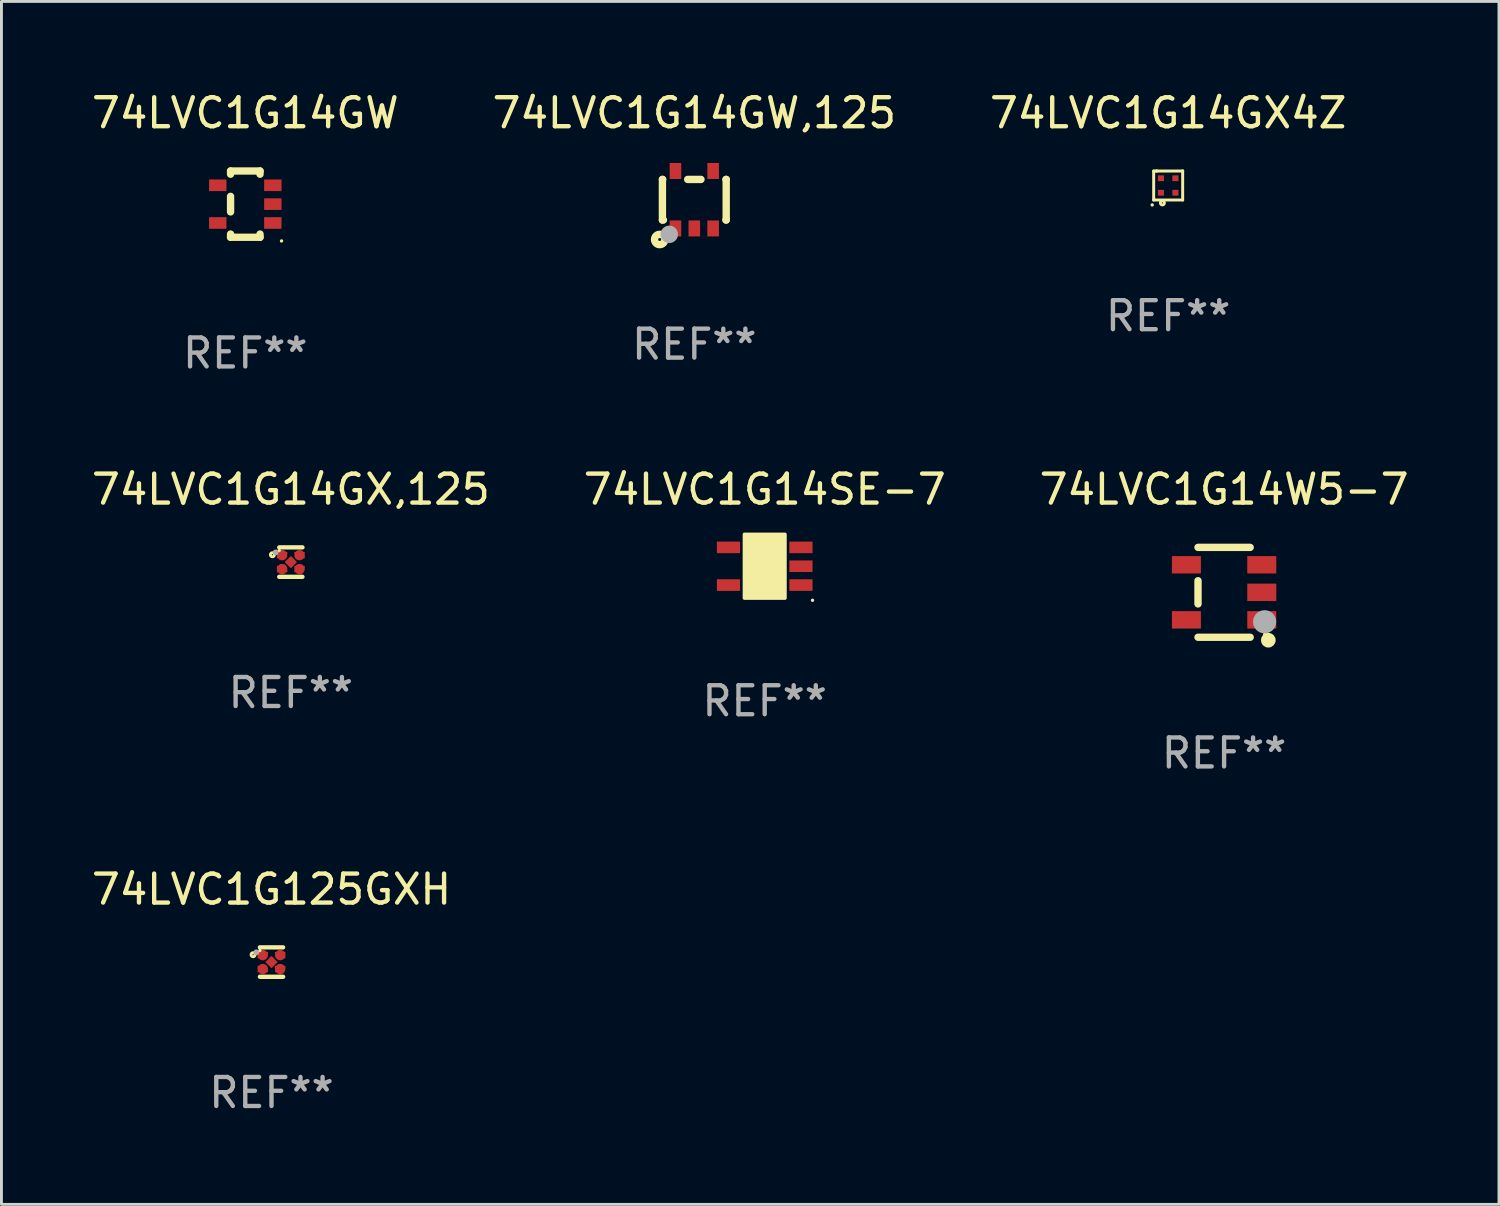
<source format=kicad_pcb>
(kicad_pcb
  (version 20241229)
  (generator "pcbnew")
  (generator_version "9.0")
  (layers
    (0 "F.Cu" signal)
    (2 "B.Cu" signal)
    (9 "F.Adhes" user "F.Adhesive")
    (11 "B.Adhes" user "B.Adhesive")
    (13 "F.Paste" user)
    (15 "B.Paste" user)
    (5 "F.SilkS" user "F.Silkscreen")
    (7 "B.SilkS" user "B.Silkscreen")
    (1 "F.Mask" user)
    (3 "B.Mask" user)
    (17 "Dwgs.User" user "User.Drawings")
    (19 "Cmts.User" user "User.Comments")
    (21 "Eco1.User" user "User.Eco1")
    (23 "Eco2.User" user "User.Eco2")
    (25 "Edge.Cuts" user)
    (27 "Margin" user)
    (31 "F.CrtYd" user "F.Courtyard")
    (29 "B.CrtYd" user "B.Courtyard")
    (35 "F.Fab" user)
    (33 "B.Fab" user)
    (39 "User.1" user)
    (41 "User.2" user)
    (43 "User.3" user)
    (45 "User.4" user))
  (footprint "74LVC1G14GX,125"
    (layer "F.Cu")
    (at 6.982 16.339)
    (property "Reference" "74LVC1G14GX,125" (at 0 -2.508 0) (layer "F.SilkS") (effects (font (size 1 1) (thickness 0.15))))
    (attr through_hole)
    (fp_line (start 0.4 -0.508) (end -0.4 -0.508) (stroke (width 0.15) (type solid)) (layer "F.SilkS"))
    (fp_line (start 0.4 0.508) (end -0.4 0.508) (stroke (width 0.15) (type solid)) (layer "F.SilkS"))
    (fp_circle (center -0.635 -0.254) (end -0.615 -0.254) (stroke (width 0.1) (type solid)) (fill no) (layer "F.SilkS"))
    (fp_circle (center -0.401 -0.4) (end -0.371 -0.4) (stroke (width 0.06) (type solid)) (fill no) (layer "F.SilkS"))
    (fp_circle (center -0.523 -0.337) (end -0.473 -0.337) (stroke (width 0.1) (type solid)) (fill no) (layer "F.Fab"))
    (fp_text user "REF**" (at 0 4.508 0) (layer "F.Fab") (effects (font (size 1 1) (thickness 0.15))))
    (pad "1" smd custom (at -0.3 -0.24) (size 0.36 0.22) (layers "F.Cu" "F.Mask" "F.Paste") (options (anchor circle)) (primitives (gr_poly (pts (xy -0.18 -0.11) (xy -0.18 0.11) (xy 0.000127 0.11) (xy 0.18 -0.03) (xy 0.18 -0.11) (xy -0.18 -0.11)) (width 0) (fill yes))))
    (pad "2" smd custom (at -0.3 0.24) (size 0.36 0.22) (layers "F.Cu" "F.Mask" "F.Paste") (options (anchor circle)) (primitives (gr_poly (pts (xy -0.18 0.11) (xy -0.18 -0.11) (xy 0.000127 -0.11) (xy 0.18 0.03) (xy 0.18 0.11) (xy -0.18 0.11)) (width 0) (fill yes))))
    (pad "3" smd rect (at 0.000102 -0.000127 45) (size 0.3 0.3) (layers "F.Cu" "F.Mask" "F.Paste"))
    (pad "4" smd custom (at 0.3 0.24 180) (size 0.36 0.22) (layers "F.Cu" "F.Mask" "F.Paste") (options (anchor circle)) (primitives (gr_poly (pts (xy 0.18 0.11) (xy 0.18 -0.11) (xy -0.000178 -0.11) (xy -0.18 0.03) (xy -0.18 0.11) (xy 0.18 0.11)) (width 0) (fill yes))))
    (pad "5" smd custom (at 0.3 -0.24) (size 0.36 0.22) (layers "F.Cu" "F.Mask" "F.Paste") (options (anchor circle)) (primitives (gr_poly (pts (xy 0.18 -0.11) (xy 0.18 0.11) (xy -0.000152 0.11) (xy -0.18 -0.03) (xy -0.18 -0.11) (xy 0.18 -0.11)) (width 0) (fill yes)))))
  (footprint "74LVC1G125GXH"
    (layer "F.Cu")
    (at 6.315 30.135)
    (property "Reference" "74LVC1G125GXH" (at 0 -2.508 0) (layer "F.SilkS") (effects (font (size 1 1) (thickness 0.15))))
    (attr through_hole)
    (fp_line (start 0.4 -0.508) (end -0.4 -0.508) (stroke (width 0.15) (type solid)) (layer "F.SilkS"))
    (fp_line (start 0.4 0.508) (end -0.4 0.508) (stroke (width 0.15) (type solid)) (layer "F.SilkS"))
    (fp_circle (center -0.635 -0.254) (end -0.615 -0.254) (stroke (width 0.1) (type solid)) (fill no) (layer "F.SilkS"))
    (fp_circle (center -0.401 -0.4) (end -0.371 -0.4) (stroke (width 0.06) (type solid)) (fill no) (layer "F.SilkS"))
    (fp_circle (center -0.523 -0.337) (end -0.473 -0.337) (stroke (width 0.1) (type solid)) (fill no) (layer "F.Fab"))
    (fp_text user "REF**" (at 0 4.508 0) (layer "F.Fab") (effects (font (size 1 1) (thickness 0.15))))
    (pad "1" smd custom (at -0.3 -0.24) (size 0.36 0.22) (layers "F.Cu" "F.Mask" "F.Paste") (options (anchor circle)) (primitives (gr_poly (pts (xy -0.18 -0.11) (xy -0.18 0.11) (xy 0.000127 0.11) (xy 0.18 -0.03) (xy 0.18 -0.11) (xy -0.18 -0.11)) (width 0) (fill yes))))
    (pad "2" smd custom (at -0.3 0.24) (size 0.36 0.22) (layers "F.Cu" "F.Mask" "F.Paste") (options (anchor circle)) (primitives (gr_poly (pts (xy -0.18 0.11) (xy -0.18 -0.11) (xy 0.000127 -0.11) (xy 0.18 0.03) (xy 0.18 0.11) (xy -0.18 0.11)) (width 0) (fill yes))))
    (pad "3" smd rect (at 0.000102 -0.000127 45) (size 0.3 0.3) (layers "F.Cu" "F.Mask" "F.Paste"))
    (pad "4" smd custom (at 0.3 0.24 180) (size 0.36 0.22) (layers "F.Cu" "F.Mask" "F.Paste") (options (anchor circle)) (primitives (gr_poly (pts (xy 0.18 0.11) (xy 0.18 -0.11) (xy -0.000178 -0.11) (xy -0.18 0.03) (xy -0.18 0.11) (xy 0.18 0.11)) (width 0) (fill yes))))
    (pad "5" smd custom (at 0.3 -0.24) (size 0.36 0.22) (layers "F.Cu" "F.Mask" "F.Paste") (options (anchor circle)) (primitives (gr_poly (pts (xy 0.18 -0.11) (xy 0.18 0.11) (xy -0.000152 0.11) (xy -0.18 -0.03) (xy -0.18 -0.11) (xy 0.18 -0.11)) (width 0) (fill yes)))))
  (footprint "74LVC1G14GW,125"
    (layer "F.Cu")
    (at 20.899 3.839)
    (property "Reference" "74LVC1G14GW,125" (at 0 -2.991 0) (layer "F.SilkS") (effects (font (size 1 1) (thickness 0.15))))
    (attr through_hole)
    (fp_line (start -1.1 -0.7) (end -1.1 0.7) (stroke (width 0.254) (type solid)) (layer "F.SilkS"))
    (fp_line (start -1.1 -0.7) (end -1.09 -0.7) (stroke (width 0.254) (type solid)) (layer "F.SilkS"))
    (fp_line (start -1.1 0.7) (end -1.065 0.7) (stroke (width 0.254) (type solid)) (layer "F.SilkS"))
    (fp_line (start -0.23 -0.7) (end 0.23 -0.7) (stroke (width 0.254) (type solid)) (layer "F.SilkS"))
    (fp_line (start 1.09 -0.7) (end 1.1 -0.7) (stroke (width 0.254) (type solid)) (layer "F.SilkS"))
    (fp_line (start 1.09 0.7) (end 1.1 0.7) (stroke (width 0.254) (type solid)) (layer "F.SilkS"))
    (fp_line (start 1.1 -0.7) (end 1.1 0.7) (stroke (width 0.254) (type solid)) (layer "F.SilkS"))
    (fp_circle (center -1.194 1.372) (end -1.143 1.372) (stroke (width 0.254) (type solid)) (fill no) (layer "F.SilkS"))
    (fp_circle (center -1.05 1.063) (end -1.02 1.063) (stroke (width 0.06) (type solid)) (fill no) (layer "F.SilkS"))
    (fp_circle (center -0.864 1.194) (end -0.713 1.194) (stroke (width 0.3) (type solid)) (fill no) (layer "F.Fab"))
    (fp_text user "REF**" (at 0 4.991 0) (layer "F.Fab") (effects (font (size 1 1) (thickness 0.15))))
    (pad "1" smd rect (at -0.65 0.991 180) (size 0.399 0.551) (layers "F.Cu" "F.Mask" "F.Paste"))
    (pad "2" smd rect (at 0 0.991 180) (size 0.399 0.551) (layers "F.Cu" "F.Mask" "F.Paste"))
    (pad "3" smd rect (at 0.65 0.991 180) (size 0.399 0.551) (layers "F.Cu" "F.Mask" "F.Paste"))
    (pad "4" smd rect (at 0.65 -0.991 180) (size 0.399 0.551) (layers "F.Cu" "F.Mask" "F.Paste"))
    (pad "5" smd rect (at -0.65 -0.991 180) (size 0.399 0.551) (layers "F.Cu" "F.Mask" "F.Paste")))
  (footprint "74LVC1G14GX4Z"
    (layer "F.Cu")
    (at 37.244 3.349)
    (property "Reference" "74LVC1G14GX4Z" (at 0 -2.5 0) (layer "F.SilkS") (effects (font (size 1 1) (thickness 0.15))))
    (attr through_hole)
    (fp_line (start -0.5 -0.5) (end -0.399 -0.5) (stroke (width 0.102) (type solid)) (layer "F.SilkS"))
    (fp_line (start -0.5 0.5) (end -0.5 -0.5) (stroke (width 0.102) (type solid)) (layer "F.SilkS"))
    (fp_line (start -0.399 -0.5) (end -0.399 -0.5) (stroke (width 0.102) (type solid)) (layer "F.SilkS"))
    (fp_line (start -0.399 -0.5) (end 0.5 -0.5) (stroke (width 0.102) (type solid)) (layer "F.SilkS"))
    (fp_line (start 0.5 -0.5) (end 0.5 -0.5) (stroke (width 0.102) (type solid)) (layer "F.SilkS"))
    (fp_line (start 0.5 -0.5) (end 0.5 0.5) (stroke (width 0.102) (type solid)) (layer "F.SilkS"))
    (fp_line (start 0.5 0.5) (end -0.5 0.5) (stroke (width 0.102) (type solid)) (layer "F.SilkS"))
    (fp_circle (center -0.551 0.67) (end -0.521 0.67) (stroke (width 0.06) (type solid)) (fill no) (layer "F.SilkS"))
    (fp_circle (center -0.2 0.6) (end -0.18 0.6) (stroke (width 0.1) (type solid)) (fill no) (layer "F.SilkS"))
    (fp_text user "REF**" (at 0 4.5 0) (layer "F.Fab") (effects (font (size 1 1) (thickness 0.15))))
    (pad "1" smd rect (at -0.25 0.25 90) (size 0.2 0.21) (layers "F.Cu" "F.Mask" "F.Paste"))
    (pad "2" smd rect (at 0.25 0.25 90) (size 0.2 0.21) (layers "F.Cu" "F.Mask" "F.Paste"))
    (pad "3" smd rect (at 0.25 -0.25 90) (size 0.2 0.21) (layers "F.Cu" "F.Mask" "F.Paste"))
    (pad "4" smd rect (at -0.25 -0.25 90) (size 0.2 0.21) (layers "F.Cu" "F.Mask" "F.Paste")))
  (footprint "74LVC1G14GW"
    (layer "F.Cu")
    (at 5.411 3.991)
    (property "Reference" "74LVC1G14GW" (at 0 -3.143 0) (layer "F.SilkS") (effects (font (size 1 1) (thickness 0.15))))
    (attr through_hole)
    (fp_line (start -0.508 -1.143) (end 0.508 -1.143) (stroke (width 0.254) (type solid)) (layer "F.SilkS"))
    (fp_line (start -0.508 -1.032) (end -0.508 -1.143) (stroke (width 0.254) (type solid)) (layer "F.SilkS"))
    (fp_line (start -0.508 0.268) (end -0.508 -0.268) (stroke (width 0.254) (type solid)) (layer "F.SilkS"))
    (fp_line (start -0.508 1.143) (end -0.508 1.032) (stroke (width 0.254) (type solid)) (layer "F.SilkS"))
    (fp_line (start 0.508 -1.143) (end 0.508 -1.032) (stroke (width 0.254) (type solid)) (layer "F.SilkS"))
    (fp_line (start 0.508 1.032) (end 0.508 1.143) (stroke (width 0.254) (type solid)) (layer "F.SilkS"))
    (fp_line (start 0.508 1.143) (end -0.508 1.143) (stroke (width 0.254) (type solid)) (layer "F.SilkS"))
    (fp_circle (center 1.25 1.27) (end 1.28 1.27) (stroke (width 0.06) (type solid)) (fill no) (layer "F.SilkS"))
    (fp_text user "REF**" (at 0 5.143 0) (layer "F.Fab") (effects (font (size 1 1) (thickness 0.15))))
    (pad "1" smd rect (at 0.95 0.65 270) (size 0.4 0.6) (layers "F.Cu" "F.Mask" "F.Paste"))
    (pad "2" smd rect (at 0.95 0 270) (size 0.4 0.6) (layers "F.Cu" "F.Mask" "F.Paste"))
    (pad "3" smd rect (at 0.95 -0.65 270) (size 0.4 0.6) (layers "F.Cu" "F.Mask" "F.Paste"))
    (pad "4" smd rect (at -0.95 -0.65 270) (size 0.4 0.6) (layers "F.Cu" "F.Mask" "F.Paste"))
    (pad "5" smd rect (at -0.95 0.65 270) (size 0.4 0.6) (layers "F.Cu" "F.Mask" "F.Paste")))
  (footprint "74LVC1G14SE-7"
    (layer "F.Cu")
    (at 23.327 16.481)
    (property "Reference" "74LVC1G14SE-7" (at 0 -2.65 0) (layer "F.SilkS") (effects (font (size 1 1) (thickness 0.15))))
    (attr through_hole)
    (fp_arc (start 0.381001 0.637541) (mid 0.380995 0.636271) (end 0.381001 0.635001) (stroke (width 0.24892) (type solid)) (layer "F.SilkS"))
    (fp_circle (center 1.65 1.175) (end 1.68 1.175) (stroke (width 0.06) (type solid)) (fill no) (layer "F.SilkS"))
    (fp_poly (pts (xy -0.7 -1.1) (xy 0.7 -1.1) (xy 0.7 1.1) (xy -0.7 1.1)) (stroke (width 0.12) (type solid)) (fill yes) (layer "F.SilkS"))
    (fp_text user "REF**" (at 0 4.65 0) (layer "F.Fab") (effects (font (size 1 1) (thickness 0.15))))
    (pad "1" smd rect (at 1.25 0.65 270) (size 0.4 0.8) (layers "F.Cu" "F.Mask" "F.Paste"))
    (pad "2" smd rect (at 1.25 0 270) (size 0.4 0.8) (layers "F.Cu" "F.Mask" "F.Paste"))
    (pad "3" smd rect (at 1.25 -0.65 270) (size 0.4 0.8) (layers "F.Cu" "F.Mask" "F.Paste"))
    (pad "4" smd rect (at -1.25 -0.65 270) (size 0.4 0.8) (layers "F.Cu" "F.Mask" "F.Paste"))
    (pad "5" smd rect (at -1.25 0.65 270) (size 0.4 0.8) (layers "F.Cu" "F.Mask" "F.Paste")))
  (footprint "74LVC1G14W5-7"
    (layer "F.Cu")
    (at 39.173 17.381)
    (property "Reference" "74LVC1G14W5-7" (at 0 -3.55 0) (layer "F.SilkS") (effects (font (size 1 1) (thickness 0.15))))
    (attr through_hole)
    (fp_line (start -0.9 -1.55) (end 0.9 -1.55) (stroke (width 0.254) (type solid)) (layer "F.SilkS"))
    (fp_line (start -0.9 0.4) (end -0.9 -0.4) (stroke (width 0.254) (type solid)) (layer "F.SilkS"))
    (fp_line (start -0.9 1.55) (end 0.9 1.55) (stroke (width 0.254) (type solid)) (layer "F.SilkS"))
    (fp_circle (center 1.4 1.45) (end 1.43 1.45) (stroke (width 0.06) (type solid)) (fill no) (layer "F.SilkS"))
    (fp_circle (center 1.524 1.651) (end 1.651 1.651) (stroke (width 0.254) (type solid)) (fill no) (layer "F.SilkS"))
    (fp_circle (center 1.397 1.016) (end 1.597 1.016) (stroke (width 0.4) (type solid)) (fill no) (layer "F.Fab"))
    (fp_text user "REF**" (at 0 5.55 0) (layer "F.Fab") (effects (font (size 1 1) (thickness 0.15))))
    (pad "1" smd rect (at 1.3 0.95) (size 1 0.6) (layers "F.Cu" "F.Mask" "F.Paste"))
    (pad "2" smd rect (at 1.3 -0.000051) (size 1 0.6) (layers "F.Cu" "F.Mask" "F.Paste"))
    (pad "3" smd rect (at 1.3 -0.95) (size 1 0.6) (layers "F.Cu" "F.Mask" "F.Paste"))
    (pad "4" smd rect (at -1.3 -0.95) (size 1 0.6) (layers "F.Cu" "F.Mask" "F.Paste"))
    (pad "5" smd rect (at -1.3 0.95) (size 1 0.6) (layers "F.Cu" "F.Mask" "F.Paste")))
  (gr_rect
    (start -3 -3)
    (end 48.655 38.492)
    (stroke (width 0.1) (type default))
    (fill no)
    (layer "Edge.Cuts")))
</source>
